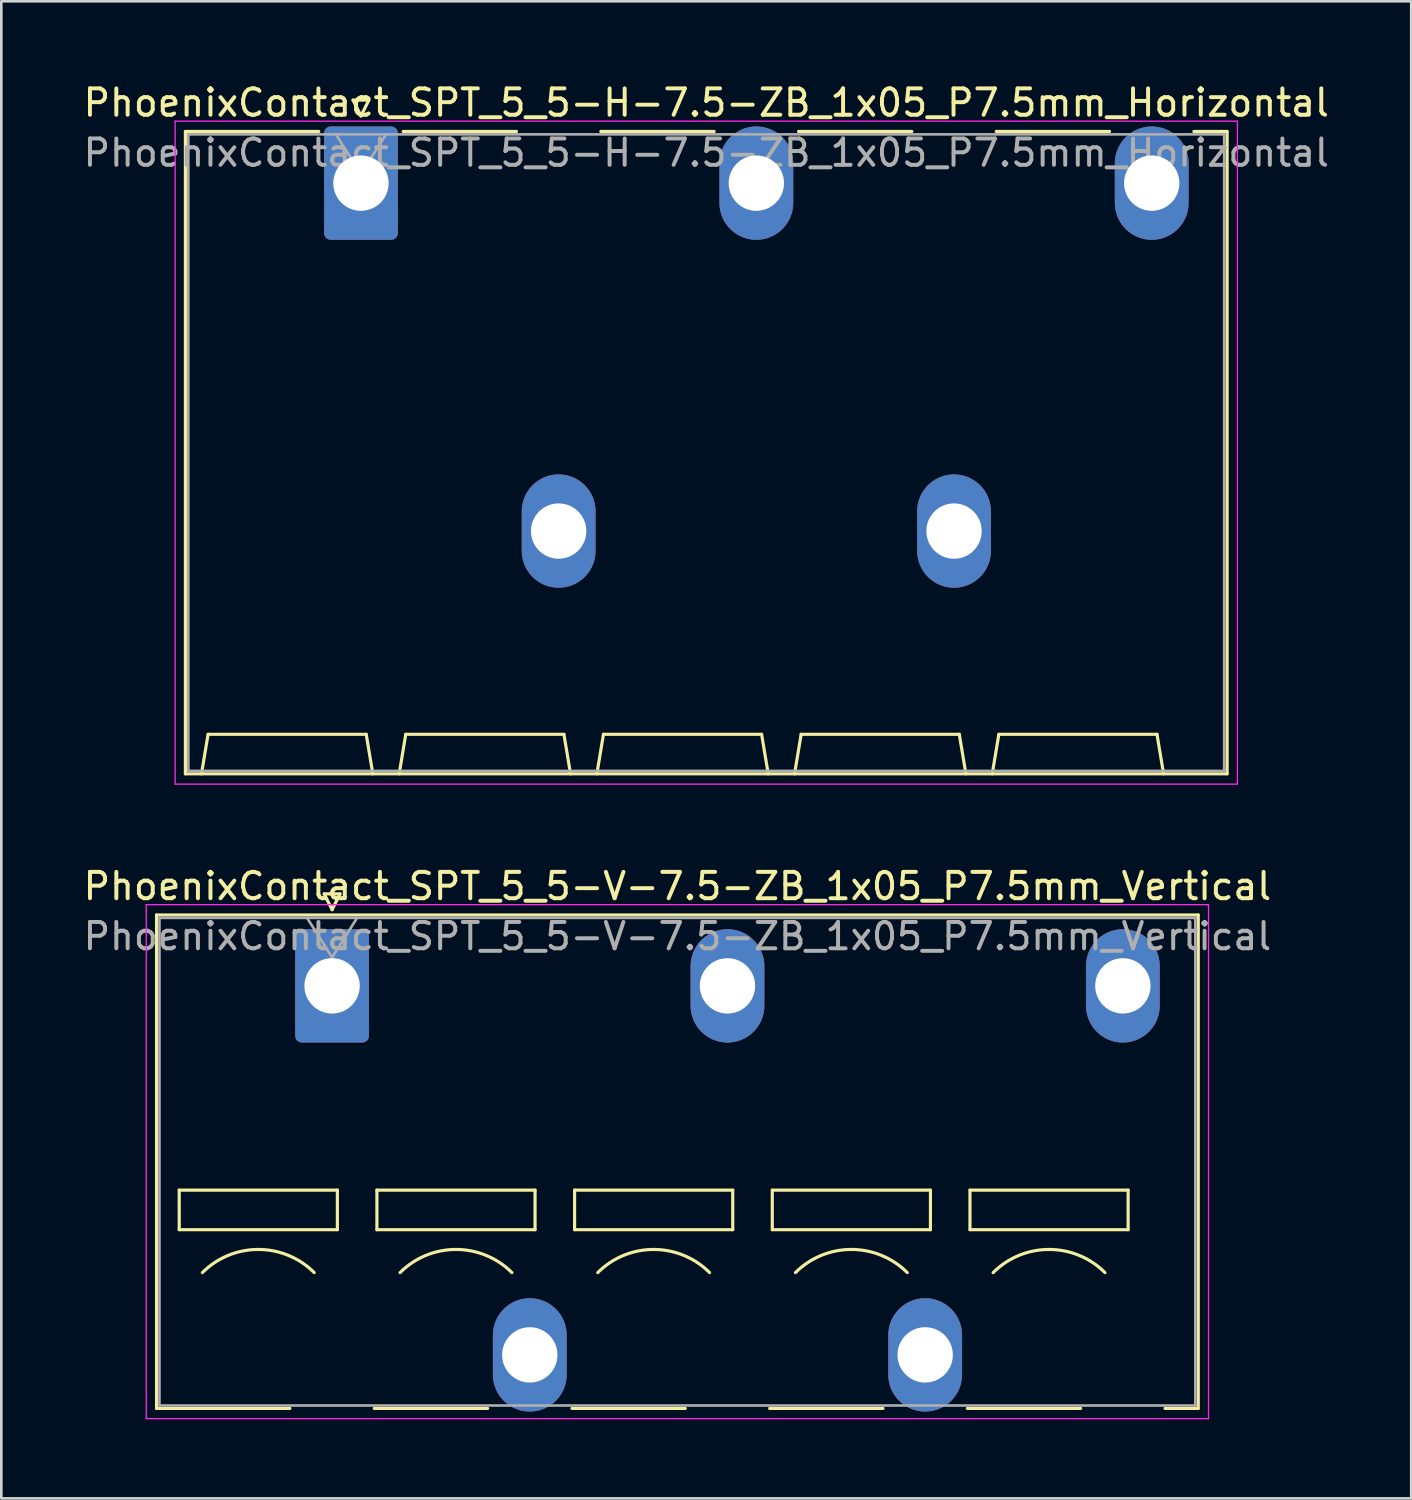
<source format=kicad_pcb>
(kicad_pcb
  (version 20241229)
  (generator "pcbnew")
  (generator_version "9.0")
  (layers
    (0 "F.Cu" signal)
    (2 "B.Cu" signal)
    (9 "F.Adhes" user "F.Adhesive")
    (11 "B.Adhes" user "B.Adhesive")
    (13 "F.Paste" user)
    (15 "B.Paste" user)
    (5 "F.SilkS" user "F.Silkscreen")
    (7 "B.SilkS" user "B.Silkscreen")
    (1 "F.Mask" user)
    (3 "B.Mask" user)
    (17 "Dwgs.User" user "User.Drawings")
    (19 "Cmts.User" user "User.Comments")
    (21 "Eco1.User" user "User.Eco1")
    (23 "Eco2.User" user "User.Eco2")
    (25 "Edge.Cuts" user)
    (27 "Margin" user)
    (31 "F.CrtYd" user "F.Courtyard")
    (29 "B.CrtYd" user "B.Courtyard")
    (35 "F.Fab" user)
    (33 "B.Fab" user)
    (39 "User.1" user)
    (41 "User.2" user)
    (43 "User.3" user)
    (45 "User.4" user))
  (footprint "PhoenixContact_SPT_5_5-V-7.5-ZB_1x05_P7.5mm_Vertical"
    (layer "F.Cu")
    (at 9.549 34.352)
    (property "Reference" "PhoenixContact_SPT_5_5-V-7.5-ZB_1x05_P7.5mm_Vertical" (at 13.1 -3.78 0) (layer "F.SilkS") (effects (font (size 1 1) (thickness 0.15))))
    (attr through_hole)
    (fp_line (start -6.66 -2.69) (end 32.86 -2.69) (stroke (width 0.12) (type solid)) (layer "F.SilkS"))
    (fp_line (start -6.66 16.03) (end -6.66 -2.69) (stroke (width 0.12) (type solid)) (layer "F.SilkS"))
    (fp_line (start -6.66 16.03) (end -1.6 16.03) (stroke (width 0.12) (type solid)) (layer "F.SilkS"))
    (fp_line (start -5.8 7.75) (end -5.8 9.25) (stroke (width 0.12) (type solid)) (layer "F.SilkS"))
    (fp_line (start -5.8 9.25) (end 0.2 9.25) (stroke (width 0.12) (type solid)) (layer "F.SilkS"))
    (fp_line (start -0.3 -3.49) (end 0 -2.89) (stroke (width 0.12) (type solid)) (layer "F.SilkS"))
    (fp_line (start -0.3 -3.49) (end 0.3 -3.49) (stroke (width 0.12) (type solid)) (layer "F.SilkS"))
    (fp_line (start 0.2 7.75) (end -5.8 7.75) (stroke (width 0.12) (type solid)) (layer "F.SilkS"))
    (fp_line (start 0.2 9.25) (end 0.2 7.75) (stroke (width 0.12) (type solid)) (layer "F.SilkS"))
    (fp_line (start 0.3 -3.49) (end 0 -2.89) (stroke (width 0.12) (type solid)) (layer "F.SilkS"))
    (fp_line (start 1.6 16.03) (end 5.9 16.03) (stroke (width 0.12) (type solid)) (layer "F.SilkS"))
    (fp_line (start 1.7 7.75) (end 1.7 9.25) (stroke (width 0.12) (type solid)) (layer "F.SilkS"))
    (fp_line (start 1.7 9.25) (end 7.7 9.25) (stroke (width 0.12) (type solid)) (layer "F.SilkS"))
    (fp_line (start 7.7 7.75) (end 1.7 7.75) (stroke (width 0.12) (type solid)) (layer "F.SilkS"))
    (fp_line (start 7.7 9.25) (end 7.7 7.75) (stroke (width 0.12) (type solid)) (layer "F.SilkS"))
    (fp_line (start 9.1 16.03) (end 13.4 16.03) (stroke (width 0.12) (type solid)) (layer "F.SilkS"))
    (fp_line (start 9.2 7.75) (end 9.2 9.25) (stroke (width 0.12) (type solid)) (layer "F.SilkS"))
    (fp_line (start 9.2 9.25) (end 15.2 9.25) (stroke (width 0.12) (type solid)) (layer "F.SilkS"))
    (fp_line (start 15.2 7.75) (end 9.2 7.75) (stroke (width 0.12) (type solid)) (layer "F.SilkS"))
    (fp_line (start 15.2 9.25) (end 15.2 7.75) (stroke (width 0.12) (type solid)) (layer "F.SilkS"))
    (fp_line (start 16.6 16.03) (end 20.9 16.03) (stroke (width 0.12) (type solid)) (layer "F.SilkS"))
    (fp_line (start 16.7 7.75) (end 16.7 9.25) (stroke (width 0.12) (type solid)) (layer "F.SilkS"))
    (fp_line (start 16.7 9.25) (end 22.7 9.25) (stroke (width 0.12) (type solid)) (layer "F.SilkS"))
    (fp_line (start 22.7 7.75) (end 16.7 7.75) (stroke (width 0.12) (type solid)) (layer "F.SilkS"))
    (fp_line (start 22.7 9.25) (end 22.7 7.75) (stroke (width 0.12) (type solid)) (layer "F.SilkS"))
    (fp_line (start 24.1 16.03) (end 28.4 16.03) (stroke (width 0.12) (type solid)) (layer "F.SilkS"))
    (fp_line (start 24.2 7.75) (end 24.2 9.25) (stroke (width 0.12) (type solid)) (layer "F.SilkS"))
    (fp_line (start 24.2 9.25) (end 30.2 9.25) (stroke (width 0.12) (type solid)) (layer "F.SilkS"))
    (fp_line (start 30.2 7.75) (end 24.2 7.75) (stroke (width 0.12) (type solid)) (layer "F.SilkS"))
    (fp_line (start 30.2 9.25) (end 30.2 7.75) (stroke (width 0.12) (type solid)) (layer "F.SilkS"))
    (fp_line (start 31.6 16.03) (end 32.86 16.03) (stroke (width 0.12) (type solid)) (layer "F.SilkS"))
    (fp_line (start 32.86 -2.69) (end 32.86 16.03) (stroke (width 0.12) (type solid)) (layer "F.SilkS"))
    (fp_arc (start -4.92132 10.87868) (mid -2.8 10) (end -0.67868 10.87868) (stroke (width 0.12) (type solid)) (layer "F.SilkS"))
    (fp_arc (start 2.57868 10.87868) (mid 4.7 10) (end 6.82132 10.87868) (stroke (width 0.12) (type solid)) (layer "F.SilkS"))
    (fp_arc (start 10.07868 10.87868) (mid 12.2 10) (end 14.32132 10.87868) (stroke (width 0.12) (type solid)) (layer "F.SilkS"))
    (fp_arc (start 17.57868 10.87868) (mid 19.7 10) (end 21.82132 10.87868) (stroke (width 0.12) (type solid)) (layer "F.SilkS"))
    (fp_arc (start 25.07868 10.87868) (mid 27.2 10) (end 29.32132 10.87868) (stroke (width 0.12) (type solid)) (layer "F.SilkS"))
    (fp_line (start -7.05 -3.08) (end -7.05 16.42) (stroke (width 0.05) (type solid)) (layer "F.CrtYd"))
    (fp_line (start -7.05 16.42) (end 33.25 16.42) (stroke (width 0.05) (type solid)) (layer "F.CrtYd"))
    (fp_line (start 33.25 -3.08) (end -7.05 -3.08) (stroke (width 0.05) (type solid)) (layer "F.CrtYd"))
    (fp_line (start 33.25 16.42) (end 33.25 -3.08) (stroke (width 0.05) (type solid)) (layer "F.CrtYd"))
    (fp_line (start -6.55 -2.58) (end -6.55 15.92) (stroke (width 0.1) (type solid)) (layer "F.Fab"))
    (fp_line (start -6.55 15.92) (end 32.75 15.92) (stroke (width 0.1) (type solid)) (layer "F.Fab"))
    (fp_line (start -0.95 -2.58) (end 0 -1.08) (stroke (width 0.1) (type solid)) (layer "F.Fab"))
    (fp_line (start 0.95 -2.58) (end 0 -1.08) (stroke (width 0.1) (type solid)) (layer "F.Fab"))
    (fp_line (start 32.75 -2.58) (end -6.55 -2.58) (stroke (width 0.1) (type solid)) (layer "F.Fab"))
    (fp_line (start 32.75 15.92) (end 32.75 -2.58) (stroke (width 0.1) (type solid)) (layer "F.Fab"))
    (fp_text user "${REFERENCE}" (at 13.1 -1.88 0) (layer "F.Fab") (effects (font (size 1 1) (thickness 0.15))))
    (pad "1" thru_hole roundrect (at 0 0) (size 2.8 4.3) (drill 2.1) (layers "*.Cu" "*.Mask") (roundrect_rratio 0.089))
    (pad "2" thru_hole oval (at 7.5 14) (size 2.8 4.3) (drill 2.1) (layers "*.Cu" "*.Mask"))
    (pad "3" thru_hole oval (at 15 0) (size 2.8 4.3) (drill 2.1) (layers "*.Cu" "*.Mask"))
    (pad "4" thru_hole oval (at 22.5 14) (size 2.8 4.3) (drill 2.1) (layers "*.Cu" "*.Mask"))
    (pad "5" thru_hole oval (at 30 0) (size 2.8 4.3) (drill 2.1) (layers "*.Cu" "*.Mask")))
  (footprint "PhoenixContact_SPT_5_5-H-7.5-ZB_1x05_P7.5mm_Horizontal"
    (layer "F.Cu")
    (at 10.644 3.898)
    (property "Reference" "PhoenixContact_SPT_5_5-H-7.5-ZB_1x05_P7.5mm_Horizontal" (at 13.1 -3.05 0) (layer "F.SilkS") (effects (font (size 1 1) (thickness 0.15))))
    (attr through_hole)
    (fp_line (start -6.66 -1.96) (end -1.6 -1.96) (stroke (width 0.12) (type solid)) (layer "F.SilkS"))
    (fp_line (start -6.66 22.41) (end -6.66 -1.96) (stroke (width 0.12) (type solid)) (layer "F.SilkS"))
    (fp_line (start -6.05 22.41) (end -5.8 20.91) (stroke (width 0.12) (type solid)) (layer "F.SilkS"))
    (fp_line (start -5.8 20.91) (end 0.2 20.91) (stroke (width 0.12) (type solid)) (layer "F.SilkS"))
    (fp_line (start -0.3 -3.15) (end 0 -2.55) (stroke (width 0.12) (type solid)) (layer "F.SilkS"))
    (fp_line (start -0.3 -3.15) (end 0.3 -3.15) (stroke (width 0.12) (type solid)) (layer "F.SilkS"))
    (fp_line (start 0.3 -3.15) (end 0 -2.55) (stroke (width 0.12) (type solid)) (layer "F.SilkS"))
    (fp_line (start 0.45 22.41) (end 0.2 20.91) (stroke (width 0.12) (type solid)) (layer "F.SilkS"))
    (fp_line (start 1.45 22.41) (end 1.7 20.91) (stroke (width 0.12) (type solid)) (layer "F.SilkS"))
    (fp_line (start 1.6 -1.96) (end 5.9 -1.96) (stroke (width 0.12) (type solid)) (layer "F.SilkS"))
    (fp_line (start 1.7 20.91) (end 7.7 20.91) (stroke (width 0.12) (type solid)) (layer "F.SilkS"))
    (fp_line (start 7.95 22.41) (end 7.7 20.91) (stroke (width 0.12) (type solid)) (layer "F.SilkS"))
    (fp_line (start 8.95 22.41) (end 9.2 20.91) (stroke (width 0.12) (type solid)) (layer "F.SilkS"))
    (fp_line (start 9.1 -1.96) (end 13.4 -1.96) (stroke (width 0.12) (type solid)) (layer "F.SilkS"))
    (fp_line (start 9.2 20.91) (end 15.2 20.91) (stroke (width 0.12) (type solid)) (layer "F.SilkS"))
    (fp_line (start 15.45 22.41) (end 15.2 20.91) (stroke (width 0.12) (type solid)) (layer "F.SilkS"))
    (fp_line (start 16.45 22.41) (end 16.7 20.91) (stroke (width 0.12) (type solid)) (layer "F.SilkS"))
    (fp_line (start 16.6 -1.96) (end 20.9 -1.96) (stroke (width 0.12) (type solid)) (layer "F.SilkS"))
    (fp_line (start 16.7 20.91) (end 22.7 20.91) (stroke (width 0.12) (type solid)) (layer "F.SilkS"))
    (fp_line (start 22.95 22.41) (end 22.7 20.91) (stroke (width 0.12) (type solid)) (layer "F.SilkS"))
    (fp_line (start 23.95 22.41) (end 24.2 20.91) (stroke (width 0.12) (type solid)) (layer "F.SilkS"))
    (fp_line (start 24.1 -1.96) (end 28.4 -1.96) (stroke (width 0.12) (type solid)) (layer "F.SilkS"))
    (fp_line (start 24.2 20.91) (end 30.2 20.91) (stroke (width 0.12) (type solid)) (layer "F.SilkS"))
    (fp_line (start 30.45 22.41) (end 30.2 20.91) (stroke (width 0.12) (type solid)) (layer "F.SilkS"))
    (fp_line (start 31.6 -1.96) (end 32.86 -1.96) (stroke (width 0.12) (type solid)) (layer "F.SilkS"))
    (fp_line (start 32.86 -1.96) (end 32.86 22.41) (stroke (width 0.12) (type solid)) (layer "F.SilkS"))
    (fp_line (start 32.86 22.41) (end -6.66 22.41) (stroke (width 0.12) (type solid)) (layer "F.SilkS"))
    (fp_line (start -7.05 -2.35) (end -7.05 22.8) (stroke (width 0.05) (type solid)) (layer "F.CrtYd"))
    (fp_line (start -7.05 22.8) (end 33.25 22.8) (stroke (width 0.05) (type solid)) (layer "F.CrtYd"))
    (fp_line (start 33.25 -2.35) (end -7.05 -2.35) (stroke (width 0.05) (type solid)) (layer "F.CrtYd"))
    (fp_line (start 33.25 22.8) (end 33.25 -2.35) (stroke (width 0.05) (type solid)) (layer "F.CrtYd"))
    (fp_line (start -6.55 -1.85) (end -6.55 22.3) (stroke (width 0.1) (type solid)) (layer "F.Fab"))
    (fp_line (start -6.55 22.3) (end 32.75 22.3) (stroke (width 0.1) (type solid)) (layer "F.Fab"))
    (fp_line (start -0.95 -1.85) (end 0 -0.35) (stroke (width 0.1) (type solid)) (layer "F.Fab"))
    (fp_line (start 0.95 -1.85) (end 0 -0.35) (stroke (width 0.1) (type solid)) (layer "F.Fab"))
    (fp_line (start 32.75 -1.85) (end -6.55 -1.85) (stroke (width 0.1) (type solid)) (layer "F.Fab"))
    (fp_line (start 32.75 22.3) (end 32.75 -1.85) (stroke (width 0.1) (type solid)) (layer "F.Fab"))
    (fp_text user "${REFERENCE}" (at 13.1 -1.15 0) (layer "F.Fab") (effects (font (size 1 1) (thickness 0.15))))
    (pad "1" thru_hole roundrect (at 0 0) (size 2.8 4.3) (drill 2.1) (layers "*.Cu" "*.Mask") (roundrect_rratio 0.089))
    (pad "2" thru_hole oval (at 7.5 13.2) (size 2.8 4.3) (drill 2.1) (layers "*.Cu" "*.Mask"))
    (pad "3" thru_hole oval (at 15 0) (size 2.8 4.3) (drill 2.1) (layers "*.Cu" "*.Mask"))
    (pad "4" thru_hole oval (at 22.5 13.2) (size 2.8 4.3) (drill 2.1) (layers "*.Cu" "*.Mask"))
    (pad "5" thru_hole oval (at 30 0) (size 2.8 4.3) (drill 2.1) (layers "*.Cu" "*.Mask")))
  (gr_rect
    (start -3 -3)
    (end 50.488 53.797)
    (stroke (width 0.1) (type default))
    (fill no)
    (layer "Edge.Cuts")))
</source>
